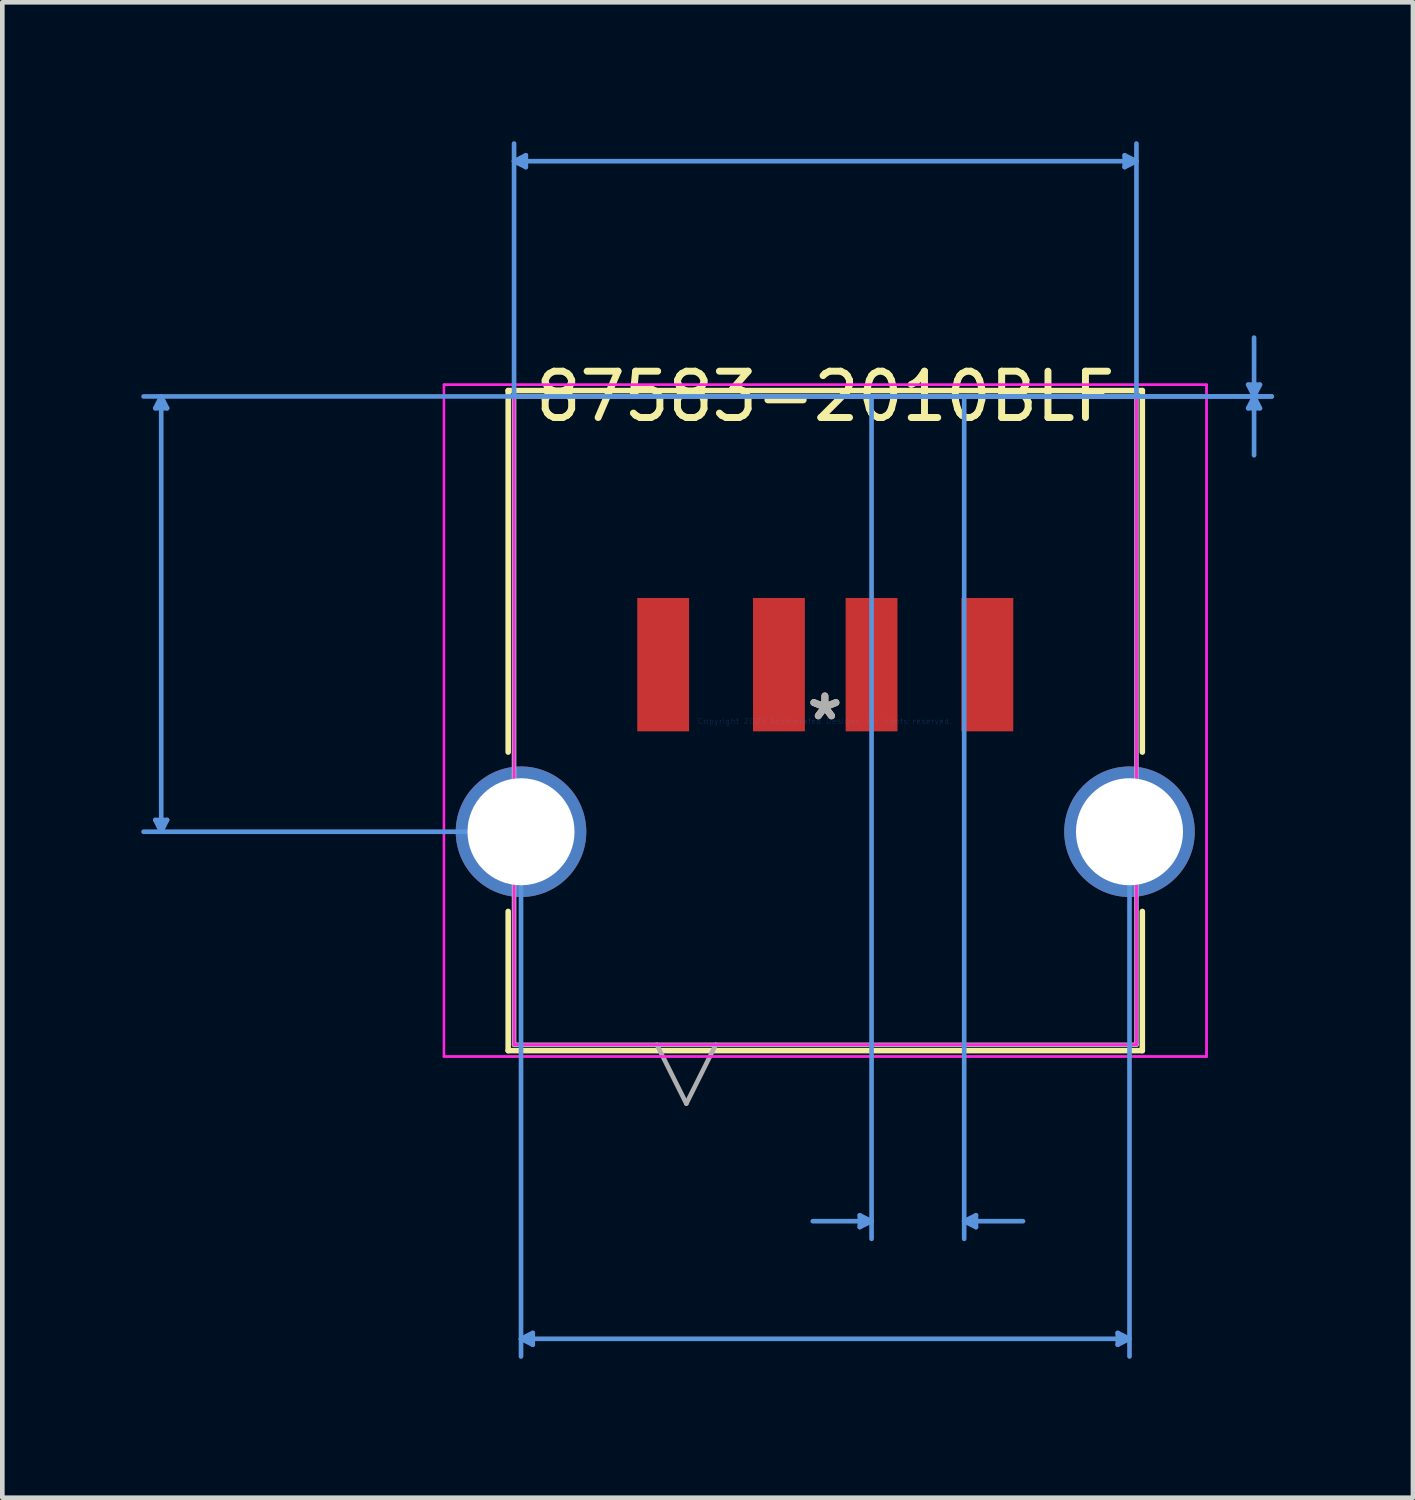
<source format=kicad_pcb>
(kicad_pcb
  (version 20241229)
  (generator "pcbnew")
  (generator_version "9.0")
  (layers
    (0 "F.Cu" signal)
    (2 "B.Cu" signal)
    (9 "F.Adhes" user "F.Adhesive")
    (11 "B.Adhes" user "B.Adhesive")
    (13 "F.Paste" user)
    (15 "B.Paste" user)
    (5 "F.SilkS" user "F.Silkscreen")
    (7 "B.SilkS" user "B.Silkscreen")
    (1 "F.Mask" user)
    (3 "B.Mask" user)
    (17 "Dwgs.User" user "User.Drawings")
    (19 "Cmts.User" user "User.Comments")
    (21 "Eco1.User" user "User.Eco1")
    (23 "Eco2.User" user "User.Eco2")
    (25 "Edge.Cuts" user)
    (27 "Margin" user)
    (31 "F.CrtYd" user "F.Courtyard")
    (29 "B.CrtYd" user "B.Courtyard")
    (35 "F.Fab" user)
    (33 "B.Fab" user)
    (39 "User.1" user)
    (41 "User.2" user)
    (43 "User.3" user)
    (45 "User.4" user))
  (footprint "87583-2010BLF"
    (layer "F.Cu")
    (at 14.763 12.524)
    (property "Reference" "87583-2010BLF" (at 0.008 -7.013 0) (layer "F.SilkS") (effects (font (size 1 1) (thickness 0.15))))
    (attr through_hole)
    (fp_line (start -6.839 -7.14) (end -6.839 0.667) (stroke (width 0.12) (type solid)) (layer "F.SilkS"))
    (fp_line (start -6.839 4.108) (end -6.839 7.114) (stroke (width 0.12) (type solid)) (layer "F.SilkS"))
    (fp_line (start -6.839 7.114) (end 6.855 7.114) (stroke (width 0.12) (type solid)) (layer "F.SilkS"))
    (fp_line (start 6.855 -7.14) (end -6.839 -7.14) (stroke (width 0.12) (type solid)) (layer "F.SilkS"))
    (fp_line (start 6.855 0.667) (end 6.855 -7.14) (stroke (width 0.12) (type solid)) (layer "F.SilkS"))
    (fp_line (start 6.855 7.114) (end 6.855 4.108) (stroke (width 0.12) (type solid)) (layer "F.SilkS"))
    (fp_line (start -14.459 -6.759) (end -14.205 -6.759) (stroke (width 0.1) (type solid)) (layer "Cmts.User"))
    (fp_line (start -14.459 2.133) (end -14.205 2.133) (stroke (width 0.1) (type solid)) (layer "Cmts.User"))
    (fp_line (start -14.332 -7.013) (end -14.459 -6.759) (stroke (width 0.1) (type solid)) (layer "Cmts.User"))
    (fp_line (start -14.332 -7.013) (end -14.332 2.387) (stroke (width 0.1) (type solid)) (layer "Cmts.User"))
    (fp_line (start -14.332 -7.013) (end -14.205 -6.759) (stroke (width 0.1) (type solid)) (layer "Cmts.User"))
    (fp_line (start -14.332 2.387) (end -14.459 2.133) (stroke (width 0.1) (type solid)) (layer "Cmts.User"))
    (fp_line (start -14.332 2.387) (end -14.205 2.133) (stroke (width 0.1) (type solid)) (layer "Cmts.User"))
    (fp_line (start -6.712 -12.093) (end -6.458 -12.22) (stroke (width 0.1) (type solid)) (layer "Cmts.User"))
    (fp_line (start -6.712 -12.093) (end -6.458 -11.966) (stroke (width 0.1) (type solid)) (layer "Cmts.User"))
    (fp_line (start -6.712 -12.093) (end 6.728 -12.093) (stroke (width 0.1) (type solid)) (layer "Cmts.User"))
    (fp_line (start -6.712 -7.013) (end -14.713 -7.013) (stroke (width 0.1) (type solid)) (layer "Cmts.User"))
    (fp_line (start -6.712 -7.013) (end -6.712 -12.474) (stroke (width 0.1) (type solid)) (layer "Cmts.User"))
    (fp_line (start -6.712 -7.013) (end 9.649 -7.013) (stroke (width 0.1) (type solid)) (layer "Cmts.User"))
    (fp_line (start -6.562 2.387) (end -14.713 2.387) (stroke (width 0.1) (type solid)) (layer "Cmts.User"))
    (fp_line (start -6.562 2.387) (end -6.562 13.718) (stroke (width 0.1) (type solid)) (layer "Cmts.User"))
    (fp_line (start -6.562 13.337) (end -6.308 13.21) (stroke (width 0.1) (type solid)) (layer "Cmts.User"))
    (fp_line (start -6.562 13.337) (end -6.308 13.464) (stroke (width 0.1) (type solid)) (layer "Cmts.User"))
    (fp_line (start -6.562 13.337) (end 6.578 13.337) (stroke (width 0.1) (type solid)) (layer "Cmts.User"))
    (fp_line (start -6.458 -12.22) (end -6.458 -11.966) (stroke (width 0.1) (type solid)) (layer "Cmts.User"))
    (fp_line (start -6.308 13.21) (end -6.308 13.464) (stroke (width 0.1) (type solid)) (layer "Cmts.User"))
    (fp_line (start 0.008 -7.013) (end 9.649 -7.013) (stroke (width 0.1) (type solid)) (layer "Cmts.User"))
    (fp_line (start 0.754 10.67) (end 0.754 10.924) (stroke (width 0.1) (type solid)) (layer "Cmts.User"))
    (fp_line (start 1.008 -7.013) (end 1.008 11.178) (stroke (width 0.1) (type solid)) (layer "Cmts.User"))
    (fp_line (start 1.008 10.797) (end -0.262 10.797) (stroke (width 0.1) (type solid)) (layer "Cmts.User"))
    (fp_line (start 1.008 10.797) (end 0.754 10.67) (stroke (width 0.1) (type solid)) (layer "Cmts.User"))
    (fp_line (start 1.008 10.797) (end 0.754 10.924) (stroke (width 0.1) (type solid)) (layer "Cmts.User"))
    (fp_line (start 3.008 -7.013) (end 3.008 11.178) (stroke (width 0.1) (type solid)) (layer "Cmts.User"))
    (fp_line (start 3.008 10.797) (end 3.262 10.67) (stroke (width 0.1) (type solid)) (layer "Cmts.User"))
    (fp_line (start 3.008 10.797) (end 3.262 10.924) (stroke (width 0.1) (type solid)) (layer "Cmts.User"))
    (fp_line (start 3.008 10.797) (end 4.278 10.797) (stroke (width 0.1) (type solid)) (layer "Cmts.User"))
    (fp_line (start 3.262 10.67) (end 3.262 10.924) (stroke (width 0.1) (type solid)) (layer "Cmts.User"))
    (fp_line (start 6.324 13.21) (end 6.324 13.464) (stroke (width 0.1) (type solid)) (layer "Cmts.User"))
    (fp_line (start 6.474 -12.22) (end 6.474 -11.966) (stroke (width 0.1) (type solid)) (layer "Cmts.User"))
    (fp_line (start 6.578 2.387) (end 6.578 13.718) (stroke (width 0.1) (type solid)) (layer "Cmts.User"))
    (fp_line (start 6.578 13.337) (end 6.324 13.21) (stroke (width 0.1) (type solid)) (layer "Cmts.User"))
    (fp_line (start 6.578 13.337) (end 6.324 13.464) (stroke (width 0.1) (type solid)) (layer "Cmts.User"))
    (fp_line (start 6.728 -12.093) (end 6.474 -12.22) (stroke (width 0.1) (type solid)) (layer "Cmts.User"))
    (fp_line (start 6.728 -12.093) (end 6.474 -11.966) (stroke (width 0.1) (type solid)) (layer "Cmts.User"))
    (fp_line (start 6.728 -7.013) (end 6.728 -12.474) (stroke (width 0.1) (type solid)) (layer "Cmts.User"))
    (fp_line (start 9.141 -7.267) (end 9.395 -7.267) (stroke (width 0.1) (type solid)) (layer "Cmts.User"))
    (fp_line (start 9.141 -6.759) (end 9.395 -6.759) (stroke (width 0.1) (type solid)) (layer "Cmts.User"))
    (fp_line (start 9.268 -7.013) (end 9.141 -7.267) (stroke (width 0.1) (type solid)) (layer "Cmts.User"))
    (fp_line (start 9.268 -7.013) (end 9.141 -6.759) (stroke (width 0.1) (type solid)) (layer "Cmts.User"))
    (fp_line (start 9.268 -7.013) (end 9.268 -8.283) (stroke (width 0.1) (type solid)) (layer "Cmts.User"))
    (fp_line (start 9.268 -7.013) (end 9.268 -5.743) (stroke (width 0.1) (type solid)) (layer "Cmts.User"))
    (fp_line (start 9.268 -7.013) (end 9.395 -7.267) (stroke (width 0.1) (type solid)) (layer "Cmts.User"))
    (fp_line (start 9.268 -7.013) (end 9.395 -6.759) (stroke (width 0.1) (type solid)) (layer "Cmts.User"))
    (fp_line (start -8.226 -7.267) (end -8.226 7.241) (stroke (width 0.05) (type solid)) (layer "F.CrtYd"))
    (fp_line (start -8.226 -7.267) (end 8.242 -7.267) (stroke (width 0.05) (type solid)) (layer "F.CrtYd"))
    (fp_line (start -8.226 7.241) (end -8.226 -7.267) (stroke (width 0.05) (type solid)) (layer "F.CrtYd"))
    (fp_line (start -8.226 7.241) (end 8.242 7.241) (stroke (width 0.05) (type solid)) (layer "F.CrtYd"))
    (fp_line (start -6.712 -7.013) (end -6.712 6.987) (stroke (width 0.05) (type solid)) (layer "F.CrtYd"))
    (fp_line (start -6.712 -7.013) (end 6.728 -7.013) (stroke (width 0.05) (type solid)) (layer "F.CrtYd"))
    (fp_line (start -6.712 6.987) (end -6.712 -7.013) (stroke (width 0.05) (type solid)) (layer "F.CrtYd"))
    (fp_line (start -6.712 6.987) (end 6.728 6.987) (stroke (width 0.05) (type solid)) (layer "F.CrtYd"))
    (fp_line (start 6.728 -7.013) (end -6.712 -7.013) (stroke (width 0.05) (type solid)) (layer "F.CrtYd"))
    (fp_line (start 6.728 -7.013) (end 6.728 6.987) (stroke (width 0.05) (type solid)) (layer "F.CrtYd"))
    (fp_line (start 6.728 -7.013) (end 6.728 6.987) (stroke (width 0.05) (type solid)) (layer "F.CrtYd"))
    (fp_line (start 6.728 6.987) (end -6.712 6.987) (stroke (width 0.05) (type solid)) (layer "F.CrtYd"))
    (fp_line (start 8.242 -7.267) (end -8.226 -7.267) (stroke (width 0.05) (type solid)) (layer "F.CrtYd"))
    (fp_line (start 8.242 -7.267) (end 8.242 7.241) (stroke (width 0.05) (type solid)) (layer "F.CrtYd"))
    (fp_line (start 8.242 -7.267) (end 8.242 7.241) (stroke (width 0.05) (type solid)) (layer "F.CrtYd"))
    (fp_line (start 8.242 7.241) (end -8.226 7.241) (stroke (width 0.05) (type solid)) (layer "F.CrtYd"))
    (fp_line (start -6.712 -7.013) (end -6.712 6.987) (stroke (width 0.1) (type solid)) (layer "F.Fab"))
    (fp_line (start -6.712 6.987) (end 6.728 6.987) (stroke (width 0.1) (type solid)) (layer "F.Fab"))
    (fp_line (start -3.627 6.987) (end -2.992 8.257) (stroke (width 0.1) (type solid)) (layer "F.Fab"))
    (fp_line (start -2.357 6.987) (end -2.992 8.257) (stroke (width 0.1) (type solid)) (layer "F.Fab"))
    (fp_line (start 6.728 -7.013) (end -6.712 -7.013) (stroke (width 0.1) (type solid)) (layer "F.Fab"))
    (fp_line (start 6.728 6.987) (end 6.728 -7.013) (stroke (width 0.1) (type solid)) (layer "F.Fab"))
    (fp_text user "*" (at 0 0 0) (layer "F.SilkS") (effects (font (size 1 1) (thickness 0.15))))
    (fp_text user "Copyright 2021 Accelerated Designs. All rights reserved." (at 0 0 0) (layer "Cmts.User") (effects (font (size 0.127 0.127) (thickness 0.002))))
    (fp_text user "*" (at 0 0 0) (layer "F.Fab") (effects (font (size 1 1) (thickness 0.15))))
    (pad "1" smd rect (at -3.492 -1.221) (size 1.12 2.88) (layers "F.Cu" "F.Mask" "F.Paste"))
    (pad "2" smd rect (at -0.992 -1.221) (size 1.12 2.88) (layers "F.Cu" "F.Mask" "F.Paste"))
    (pad "3" smd rect (at 1.008 -1.221) (size 1.12 2.88) (layers "F.Cu" "F.Mask" "F.Paste"))
    (pad "4" smd rect (at 3.508 -1.221) (size 1.12 2.88) (layers "F.Cu" "F.Mask" "F.Paste"))
    (pad "6" thru_hole circle (at -6.562 2.387 90) (size 2.819 2.819) (drill 2.311) (layers "*.Cu" "*.Mask"))
    (pad "7" thru_hole circle (at 6.578 2.387 90) (size 2.819 2.819) (drill 2.311) (layers "*.Cu" "*.Mask")))
  (gr_rect
    (start -3 -3)
    (end 27.462 29.292)
    (stroke (width 0.1) (type default))
    (fill no)
    (layer "Edge.Cuts")))
</source>
